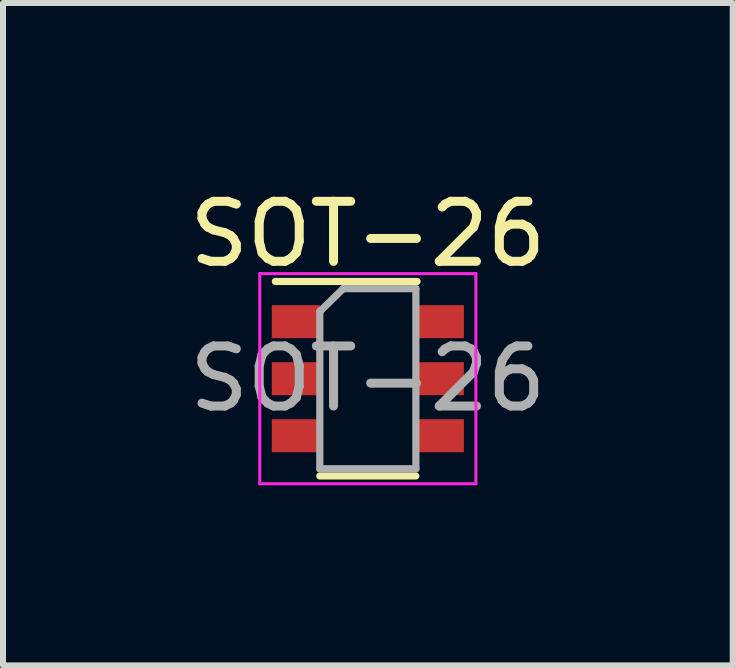
<source format=kicad_pcb>
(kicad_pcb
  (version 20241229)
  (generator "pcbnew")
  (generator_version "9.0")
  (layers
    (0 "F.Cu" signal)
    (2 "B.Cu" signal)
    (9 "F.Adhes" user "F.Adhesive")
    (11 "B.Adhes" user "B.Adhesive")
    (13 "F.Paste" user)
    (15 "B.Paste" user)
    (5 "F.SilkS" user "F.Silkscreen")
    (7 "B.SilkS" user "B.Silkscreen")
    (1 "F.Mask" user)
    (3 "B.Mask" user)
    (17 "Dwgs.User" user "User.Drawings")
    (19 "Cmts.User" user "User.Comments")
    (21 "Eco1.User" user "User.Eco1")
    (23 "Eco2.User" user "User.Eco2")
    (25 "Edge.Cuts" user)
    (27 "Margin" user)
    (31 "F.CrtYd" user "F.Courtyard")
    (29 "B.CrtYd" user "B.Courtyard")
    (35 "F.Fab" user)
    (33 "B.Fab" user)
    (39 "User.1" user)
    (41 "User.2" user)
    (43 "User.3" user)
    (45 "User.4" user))
  (footprint "SOT-26"
    (layer "F.Cu")
    (at 3.077 3.258)
    (property "Reference" "SOT-26" (at 0 -2.41 180) (layer "F.SilkS") (effects (font (size 1 1) (thickness 0.15))))
    (attr smd)
    (fp_line (start -1.54 -1.62) (end 0.82 -1.62) (stroke (width 0.12) (type solid)) (layer "F.SilkS"))
    (fp_line (start 0.8 1.62) (end -0.8 1.62) (stroke (width 0.12) (type solid)) (layer "F.SilkS"))
    (fp_line (start -1.8 -1.75) (end 1.8 -1.75) (stroke (width 0.05) (type solid)) (layer "F.CrtYd"))
    (fp_line (start -1.8 1.75) (end -1.8 -1.75) (stroke (width 0.05) (type solid)) (layer "F.CrtYd"))
    (fp_line (start 1.8 -1.75) (end 1.8 1.75) (stroke (width 0.05) (type solid)) (layer "F.CrtYd"))
    (fp_line (start 1.8 1.75) (end -1.8 1.75) (stroke (width 0.05) (type solid)) (layer "F.CrtYd"))
    (fp_line (start -0.8 -1.12) (end -0.41 -1.5) (stroke (width 0.12) (type solid)) (layer "F.Fab"))
    (fp_line (start -0.8 1.5) (end -0.8 -1.12) (stroke (width 0.12) (type solid)) (layer "F.Fab"))
    (fp_line (start -0.41 -1.5) (end 0.8 -1.5) (stroke (width 0.12) (type solid)) (layer "F.Fab"))
    (fp_line (start 0.8 -1.5) (end 0.8 1.5) (stroke (width 0.12) (type solid)) (layer "F.Fab"))
    (fp_line (start 0.8 1.5) (end -0.8 1.5) (stroke (width 0.12) (type solid)) (layer "F.Fab"))
    (fp_text user "${REFERENCE}" (at 0 0 0) (layer "F.Fab") (effects (font (size 1 1) (thickness 0.15))))
    (pad "1" smd rect (at -1.2 -0.95 270) (size 0.55 0.8) (layers "F.Cu" "F.Mask" "F.Paste"))
    (pad "2" smd rect (at -1.2 0 270) (size 0.55 0.8) (layers "F.Cu" "F.Mask" "F.Paste"))
    (pad "3" smd rect (at -1.2 0.95 270) (size 0.55 0.8) (layers "F.Cu" "F.Mask" "F.Paste"))
    (pad "4" smd rect (at 1.2 0.95 270) (size 0.55 0.8) (layers "F.Cu" "F.Mask" "F.Paste"))
    (pad "5" smd rect (at 1.2 0 270) (size 0.55 0.8) (layers "F.Cu" "F.Mask" "F.Paste"))
    (pad "6" smd rect (at 1.2 -0.95 270) (size 0.55 0.8) (layers "F.Cu" "F.Mask" "F.Paste")))
  (gr_rect
    (start -3 -3)
    (end 9.155 8.033)
    (stroke (width 0.1) (type default))
    (fill no)
    (layer "Edge.Cuts")))
</source>
